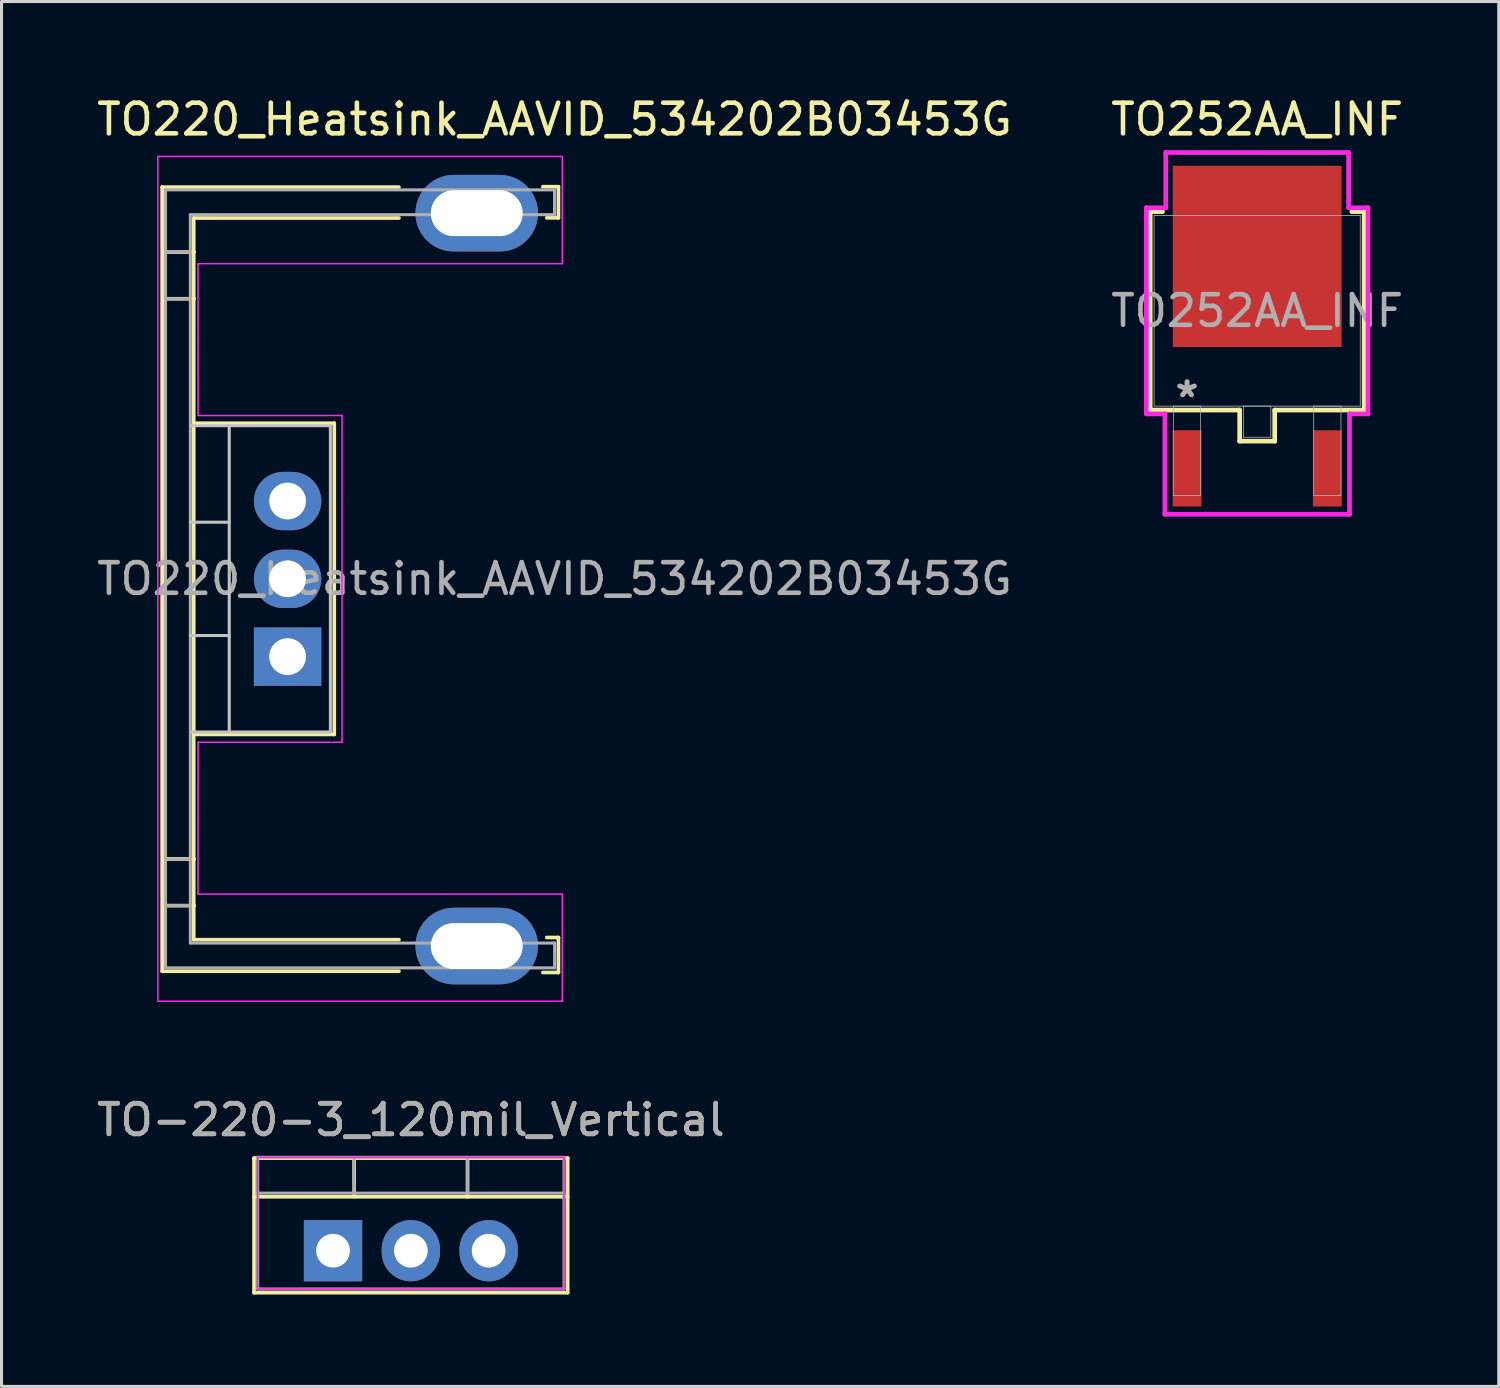
<source format=kicad_pcb>
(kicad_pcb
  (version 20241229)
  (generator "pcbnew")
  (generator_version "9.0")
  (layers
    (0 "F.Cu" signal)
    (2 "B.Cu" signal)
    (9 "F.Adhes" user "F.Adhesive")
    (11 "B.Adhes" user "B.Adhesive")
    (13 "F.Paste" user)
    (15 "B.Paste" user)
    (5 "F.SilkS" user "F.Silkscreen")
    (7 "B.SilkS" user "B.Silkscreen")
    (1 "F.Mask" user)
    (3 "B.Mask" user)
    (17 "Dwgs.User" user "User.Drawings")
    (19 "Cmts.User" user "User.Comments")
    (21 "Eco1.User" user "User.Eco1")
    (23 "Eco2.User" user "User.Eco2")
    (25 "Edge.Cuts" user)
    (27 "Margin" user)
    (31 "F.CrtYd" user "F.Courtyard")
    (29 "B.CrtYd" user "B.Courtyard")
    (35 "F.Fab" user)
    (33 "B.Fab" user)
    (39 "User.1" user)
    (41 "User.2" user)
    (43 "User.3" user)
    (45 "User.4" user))
  (footprint "TO-220-3_120mil_Vertical"
    (layer "F.Cu")
    (at 7.823 37.782)
    (property "Reference" "TO-220-3_120mil_Vertical" (at 2.54 -4.27 0) (layer "F.SilkS") (effects (font (size 1 1) (thickness 0.15))))
    (attr through_hole)
    (fp_line (start -2.58 -3.023) (end -2.58 1.371) (stroke (width 0.12) (type solid)) (layer "F.SilkS"))
    (fp_line (start -2.58 -3.023) (end 7.66 -3.023) (stroke (width 0.12) (type solid)) (layer "F.SilkS"))
    (fp_line (start -2.58 -1.76) (end 7.66 -1.76) (stroke (width 0.12) (type solid)) (layer "F.SilkS"))
    (fp_line (start -2.58 1.371) (end 7.66 1.371) (stroke (width 0.12) (type solid)) (layer "F.SilkS"))
    (fp_line (start 0.69 -3.023) (end 0.69 -1.76) (stroke (width 0.12) (type solid)) (layer "F.SilkS"))
    (fp_line (start 4.391 -3.023) (end 4.391 -1.76) (stroke (width 0.12) (type solid)) (layer "F.SilkS"))
    (fp_line (start 7.66 -3.023) (end 7.66 1.371) (stroke (width 0.12) (type solid)) (layer "F.SilkS"))
    (fp_line (start -2.46 -3.048) (end -2.46 1.25) (stroke (width 0.05) (type solid)) (layer "F.CrtYd"))
    (fp_line (start -2.46 1.25) (end 7.54 1.25) (stroke (width 0.05) (type solid)) (layer "F.CrtYd"))
    (fp_line (start 7.54 -3.048) (end -2.46 -3.048) (stroke (width 0.05) (type solid)) (layer "F.CrtYd"))
    (fp_line (start 7.54 1.25) (end 7.54 -3.048) (stroke (width 0.05) (type solid)) (layer "F.CrtYd"))
    (fp_line (start -2.46 -3.048) (end -2.46 1.25) (stroke (width 0.1) (type solid)) (layer "F.Fab"))
    (fp_line (start -2.46 -1.88) (end 7.54 -1.88) (stroke (width 0.1) (type solid)) (layer "F.Fab"))
    (fp_line (start -2.46 1.25) (end 7.54 1.25) (stroke (width 0.1) (type solid)) (layer "F.Fab"))
    (fp_line (start 0.69 -3.048) (end 0.69 -1.88) (stroke (width 0.1) (type solid)) (layer "F.Fab"))
    (fp_line (start 4.39 -3.048) (end 4.39 -1.88) (stroke (width 0.1) (type solid)) (layer "F.Fab"))
    (fp_line (start 7.54 -3.048) (end -2.46 -3.048) (stroke (width 0.1) (type solid)) (layer "F.Fab"))
    (fp_line (start 7.54 1.25) (end 7.54 -3.048) (stroke (width 0.1) (type solid)) (layer "F.Fab"))
    (fp_text user "${REFERENCE}" (at 2.54 -4.27 0) (layer "F.Fab") (effects (font (size 1 1) (thickness 0.15))))
    (pad "1" thru_hole rect (at 0 0) (size 1.905 2) (drill 1.1) (layers "*.Cu" "*.Mask"))
    (pad "2" thru_hole oval (at 2.54 0) (size 1.905 2) (drill 1.1) (layers "*.Cu" "*.Mask"))
    (pad "3" thru_hole oval (at 5.08 0) (size 1.905 2) (drill 1.1) (layers "*.Cu" "*.Mask")))
  (footprint "TO220_Heatsink_AAVID_534202B03453G"
    (layer "F.Cu")
    (at 3.164 15.848)
    (property "Reference" "TO220_Heatsink_AAVID_534202B03453G" (at 11.89 -15 0) (layer "F.SilkS") (effects (font (size 1 1) (thickness 0.15))))
    (attr through_hole)
    (fp_line (start -0.92 -12.79) (end -0.92 12.81) (stroke (width 0.12) (type solid)) (layer "F.SilkS"))
    (fp_line (start -0.92 -12.79) (end 6.81 -12.79) (stroke (width 0.12) (type solid)) (layer "F.SilkS"))
    (fp_line (start -0.92 12.81) (end 6.81 12.81) (stroke (width 0.12) (type solid)) (layer "F.SilkS"))
    (fp_line (start 0.11 -11.78) (end 0.11 11.78) (stroke (width 0.12) (type solid)) (layer "F.SilkS"))
    (fp_line (start 0.11 -11.78) (end 6.81 -11.78) (stroke (width 0.12) (type solid)) (layer "F.SilkS"))
    (fp_line (start 0.11 11.78) (end 6.81 11.78) (stroke (width 0.12) (type solid)) (layer "F.SilkS"))
    (fp_line (start 0.127 -10.668) (end -0.889 -10.668) (stroke (width 0.12) (type solid)) (layer "F.SilkS"))
    (fp_line (start 0.127 -9.144) (end -0.889 -9.144) (stroke (width 0.12) (type solid)) (layer "F.SilkS"))
    (fp_line (start 0.127 -5.08) (end 4.699 -5.08) (stroke (width 0.12) (type solid)) (layer "F.SilkS"))
    (fp_line (start 0.127 9.144) (end -0.889 9.144) (stroke (width 0.12) (type solid)) (layer "F.SilkS"))
    (fp_line (start 0.127 10.668) (end -0.889 10.668) (stroke (width 0.12) (type solid)) (layer "F.SilkS"))
    (fp_line (start 4.699 -5.08) (end 4.699 5.08) (stroke (width 0.12) (type solid)) (layer "F.SilkS"))
    (fp_line (start 4.699 5.08) (end 0.127 5.08) (stroke (width 0.12) (type solid)) (layer "F.SilkS"))
    (fp_line (start 11.509 -12.802) (end 12.017 -12.802) (stroke (width 0.12) (type solid)) (layer "F.SilkS"))
    (fp_line (start 11.636 11.709) (end 12.017 11.709) (stroke (width 0.12) (type solid)) (layer "F.SilkS"))
    (fp_line (start 12.017 -12.802) (end 12.017 -11.786) (stroke (width 0.12) (type solid)) (layer "F.SilkS"))
    (fp_line (start 12.017 -11.786) (end 11.636 -11.786) (stroke (width 0.12) (type solid)) (layer "F.SilkS"))
    (fp_line (start 12.017 11.709) (end 12.017 12.852) (stroke (width 0.12) (type solid)) (layer "F.SilkS"))
    (fp_line (start 12.017 12.852) (end 11.509 12.852) (stroke (width 0.12) (type solid)) (layer "F.SilkS"))
    (fp_line (start 0 -1.85) (end 1.27 -1.85) (stroke (width 0.1) (type solid)) (layer "Dwgs.User"))
    (fp_line (start 0 1.85) (end 1.27 1.85) (stroke (width 0.1) (type solid)) (layer "Dwgs.User"))
    (fp_line (start 0.045 -5) (end 4.572 -5) (stroke (width 0.1) (type solid)) (layer "Dwgs.User"))
    (fp_line (start 1.27 -5) (end 1.27 5) (stroke (width 0.1) (type solid)) (layer "Dwgs.User"))
    (fp_line (start 4.572 -5) (end 4.572 5) (stroke (width 0.1) (type solid)) (layer "Dwgs.User"))
    (fp_line (start 4.572 5) (end 0.045 5) (stroke (width 0.1) (type solid)) (layer "Dwgs.User"))
    (fp_line (start -1.06 -13.79) (end -1.06 13.79) (stroke (width 0.05) (type solid)) (layer "F.CrtYd"))
    (fp_line (start -1.06 13.79) (end 12.144 13.79) (stroke (width 0.05) (type solid)) (layer "F.CrtYd"))
    (fp_line (start 0.25 -10.29) (end 12.144 -10.29) (stroke (width 0.05) (type solid)) (layer "F.CrtYd"))
    (fp_line (start 0.25 10.29) (end 12.144 10.29) (stroke (width 0.05) (type solid)) (layer "F.CrtYd"))
    (fp_line (start 0.254 -5.334) (end 0.25 -10.29) (stroke (width 0.05) (type solid)) (layer "F.CrtYd"))
    (fp_line (start 0.254 5.334) (end 0.25 10.29) (stroke (width 0.05) (type solid)) (layer "F.CrtYd"))
    (fp_line (start 0.254 5.334) (end 4.953 5.334) (stroke (width 0.05) (type solid)) (layer "F.CrtYd"))
    (fp_line (start 4.953 -5.334) (end 0.254 -5.334) (stroke (width 0.05) (type solid)) (layer "F.CrtYd"))
    (fp_line (start 4.953 5.334) (end 4.953 -5.334) (stroke (width 0.05) (type solid)) (layer "F.CrtYd"))
    (fp_line (start 12.144 -13.79) (end -1.06 -13.79) (stroke (width 0.05) (type solid)) (layer "F.CrtYd"))
    (fp_line (start 12.144 -13.79) (end 12.144 -10.29) (stroke (width 0.05) (type solid)) (layer "F.CrtYd"))
    (fp_line (start 12.144 10.29) (end 12.144 13.79) (stroke (width 0.05) (type solid)) (layer "F.CrtYd"))
    (fp_line (start -0.81 -12.7) (end -0.81 12.7) (stroke (width 0.1) (type solid)) (layer "F.Fab"))
    (fp_line (start -0.81 -12.7) (end 11.89 -12.7) (stroke (width 0.1) (type solid)) (layer "F.Fab"))
    (fp_line (start 0 -11.89) (end 0 11.89) (stroke (width 0.1) (type solid)) (layer "F.Fab"))
    (fp_line (start 0 -11.89) (end 11.89 -11.89) (stroke (width 0.1) (type solid)) (layer "F.Fab"))
    (fp_line (start 0 -10.668) (end -0.762 -10.668) (stroke (width 0.1) (type solid)) (layer "F.Fab"))
    (fp_line (start 0 -9.144) (end -0.762 -9.144) (stroke (width 0.1) (type solid)) (layer "F.Fab"))
    (fp_line (start 0 9.144) (end -0.762 9.144) (stroke (width 0.1) (type solid)) (layer "F.Fab"))
    (fp_line (start 0 10.668) (end -0.762 10.668) (stroke (width 0.1) (type solid)) (layer "F.Fab"))
    (fp_line (start 11.89 -12.7) (end 11.89 -11.89) (stroke (width 0.1) (type solid)) (layer "F.Fab"))
    (fp_line (start 11.893 11.89) (end 0 11.89) (stroke (width 0.1) (type solid)) (layer "F.Fab"))
    (fp_line (start 11.893 11.89) (end 11.893 12.7) (stroke (width 0.1) (type solid)) (layer "F.Fab"))
    (fp_line (start 11.893 12.7) (end -0.805 12.7) (stroke (width 0.1) (type solid)) (layer "F.Fab"))
    (fp_text user "${REFERENCE}" (at 11.89 0 0) (layer "F.Fab") (effects (font (size 1 1) (thickness 0.15))))
    (pad "1" thru_hole rect (at 3.175 2.54) (size 2.2 1.905) (drill 1.2) (layers "*.Cu" "*.Mask"))
    (pad "2" thru_hole oval (at 3.175 0) (size 2.2 1.905) (drill 1.2) (layers "*.Cu" "*.Mask"))
    (pad "3" thru_hole oval (at 3.175 -2.54) (size 2.2 1.905) (drill 1.2) (layers "*.Cu" "*.Mask"))
    (pad "4" thru_hole oval (at 9.35 -11.938) (size 4 2.5) (drill oval 3 1.5) (layers "*.Cu" "*.Mask"))
    (pad "5" thru_hole oval (at 9.35 11.988) (size 4 2.5) (drill oval 3 1.5) (layers "*.Cu" "*.Mask")))
  (footprint "TO252AA_INF"
    (layer "F.Cu")
    (at 37.994 7.098)
    (property "Reference" "TO252AA_INF" (at 0 -6.25 0) (unlocked yes) (layer "F.SilkS") (effects (font (size 1 1) (thickness 0.15))))
    (attr smd)
    (fp_line (start -3.493 -3.239) (end -3.493 3.239) (stroke (width 0.152) (type solid)) (layer "F.SilkS"))
    (fp_line (start -3.493 3.239) (end -0.572 3.239) (stroke (width 0.152) (type solid)) (layer "F.SilkS"))
    (fp_line (start -3.089 -3.239) (end -3.493 -3.239) (stroke (width 0.152) (type solid)) (layer "F.SilkS"))
    (fp_line (start -0.572 3.239) (end -0.572 4.255) (stroke (width 0.152) (type solid)) (layer "F.SilkS"))
    (fp_line (start -0.572 4.255) (end 0.572 4.255) (stroke (width 0.152) (type solid)) (layer "F.SilkS"))
    (fp_line (start 0.572 3.239) (end 3.493 3.239) (stroke (width 0.152) (type solid)) (layer "F.SilkS"))
    (fp_line (start 0.572 4.255) (end 0.572 3.239) (stroke (width 0.152) (type solid)) (layer "F.SilkS"))
    (fp_line (start 3.493 -3.239) (end 3.089 -3.239) (stroke (width 0.152) (type solid)) (layer "F.SilkS"))
    (fp_line (start 3.493 3.239) (end 3.493 -3.239) (stroke (width 0.152) (type solid)) (layer "F.SilkS"))
    (fp_line (start -3.619 -3.365) (end -2.985 -3.365) (stroke (width 0.152) (type solid)) (layer "F.CrtYd"))
    (fp_line (start -3.619 3.365) (end -3.619 -3.365) (stroke (width 0.152) (type solid)) (layer "F.CrtYd"))
    (fp_line (start -3.014 3.365) (end -3.619 3.365) (stroke (width 0.152) (type solid)) (layer "F.CrtYd"))
    (fp_line (start -3.014 6.642) (end -3.014 3.365) (stroke (width 0.152) (type solid)) (layer "F.CrtYd"))
    (fp_line (start -2.985 -5.169) (end 2.985 -5.169) (stroke (width 0.152) (type solid)) (layer "F.CrtYd"))
    (fp_line (start -2.985 -3.365) (end -2.985 -5.169) (stroke (width 0.152) (type solid)) (layer "F.CrtYd"))
    (fp_line (start 2.985 -5.169) (end 2.985 -3.365) (stroke (width 0.152) (type solid)) (layer "F.CrtYd"))
    (fp_line (start 2.985 -3.365) (end 3.619 -3.365) (stroke (width 0.152) (type solid)) (layer "F.CrtYd"))
    (fp_line (start 3.014 3.365) (end 3.014 6.642) (stroke (width 0.152) (type solid)) (layer "F.CrtYd"))
    (fp_line (start 3.014 6.642) (end -3.014 6.642) (stroke (width 0.152) (type solid)) (layer "F.CrtYd"))
    (fp_line (start 3.619 -3.365) (end 3.619 3.365) (stroke (width 0.152) (type solid)) (layer "F.CrtYd"))
    (fp_line (start 3.619 3.365) (end 3.014 3.365) (stroke (width 0.152) (type solid)) (layer "F.CrtYd"))
    (fp_line (start -3.365 -3.111) (end -3.365 3.111) (stroke (width 0.025) (type solid)) (layer "F.Fab"))
    (fp_line (start -3.365 3.111) (end 3.365 3.111) (stroke (width 0.025) (type solid)) (layer "F.Fab"))
    (fp_line (start -2.735 3.111) (end -2.735 6.032) (stroke (width 0.025) (type solid)) (layer "F.Fab"))
    (fp_line (start -2.735 6.032) (end -1.846 6.032) (stroke (width 0.025) (type solid)) (layer "F.Fab"))
    (fp_line (start -1.846 3.111) (end -2.735 3.111) (stroke (width 0.025) (type solid)) (layer "F.Fab"))
    (fp_line (start -1.846 6.032) (end -1.846 3.111) (stroke (width 0.025) (type solid)) (layer "F.Fab"))
    (fp_line (start -0.445 3.111) (end -0.445 4.128) (stroke (width 0.025) (type solid)) (layer "F.Fab"))
    (fp_line (start -0.445 4.128) (end 0.445 4.128) (stroke (width 0.025) (type solid)) (layer "F.Fab"))
    (fp_line (start 0.445 3.111) (end -0.445 3.111) (stroke (width 0.025) (type solid)) (layer "F.Fab"))
    (fp_line (start 0.445 4.128) (end 0.445 3.111) (stroke (width 0.025) (type solid)) (layer "F.Fab"))
    (fp_line (start 1.846 3.111) (end 1.846 6.032) (stroke (width 0.025) (type solid)) (layer "F.Fab"))
    (fp_line (start 1.846 6.032) (end 2.735 6.032) (stroke (width 0.025) (type solid)) (layer "F.Fab"))
    (fp_line (start 2.735 3.111) (end 1.846 3.111) (stroke (width 0.025) (type solid)) (layer "F.Fab"))
    (fp_line (start 2.735 6.032) (end 2.735 3.111) (stroke (width 0.025) (type solid)) (layer "F.Fab"))
    (fp_line (start 3.365 -3.111) (end -3.365 -3.111) (stroke (width 0.025) (type solid)) (layer "F.Fab"))
    (fp_line (start 3.365 3.111) (end 3.365 -3.111) (stroke (width 0.025) (type solid)) (layer "F.Fab"))
    (fp_text user "*" (at -2.29 2.857 0) (unlocked yes) (layer "F.Fab") (effects (font (size 1 1) (thickness 0.15))))
    (fp_text user "${REFERENCE}" (at 0 0 0) (unlocked yes) (layer "F.Fab") (effects (font (size 1 1) (thickness 0.15))))
    (fp_text user "*" (at -2.29 2.857 0) (layer "F.Fab") (effects (font (size 1 1) (thickness 0.15))))
    (pad "1" smd rect (at -2.29 5.144) (size 0.94 2.489) (layers "F.Cu" "F.Mask" "F.Paste"))
    (pad "2" smd rect (at 0 -1.778) (size 5.512 5.918) (layers "F.Cu" "F.Mask" "F.Paste"))
    (pad "3" smd rect (at 2.29 5.144) (size 0.94 2.489) (layers "F.Cu" "F.Mask" "F.Paste")))
  (gr_rect
    (start -3 -3)
    (end 45.881 42.212)
    (stroke (width 0.1) (type default))
    (fill no)
    (layer "Edge.Cuts")))
</source>
